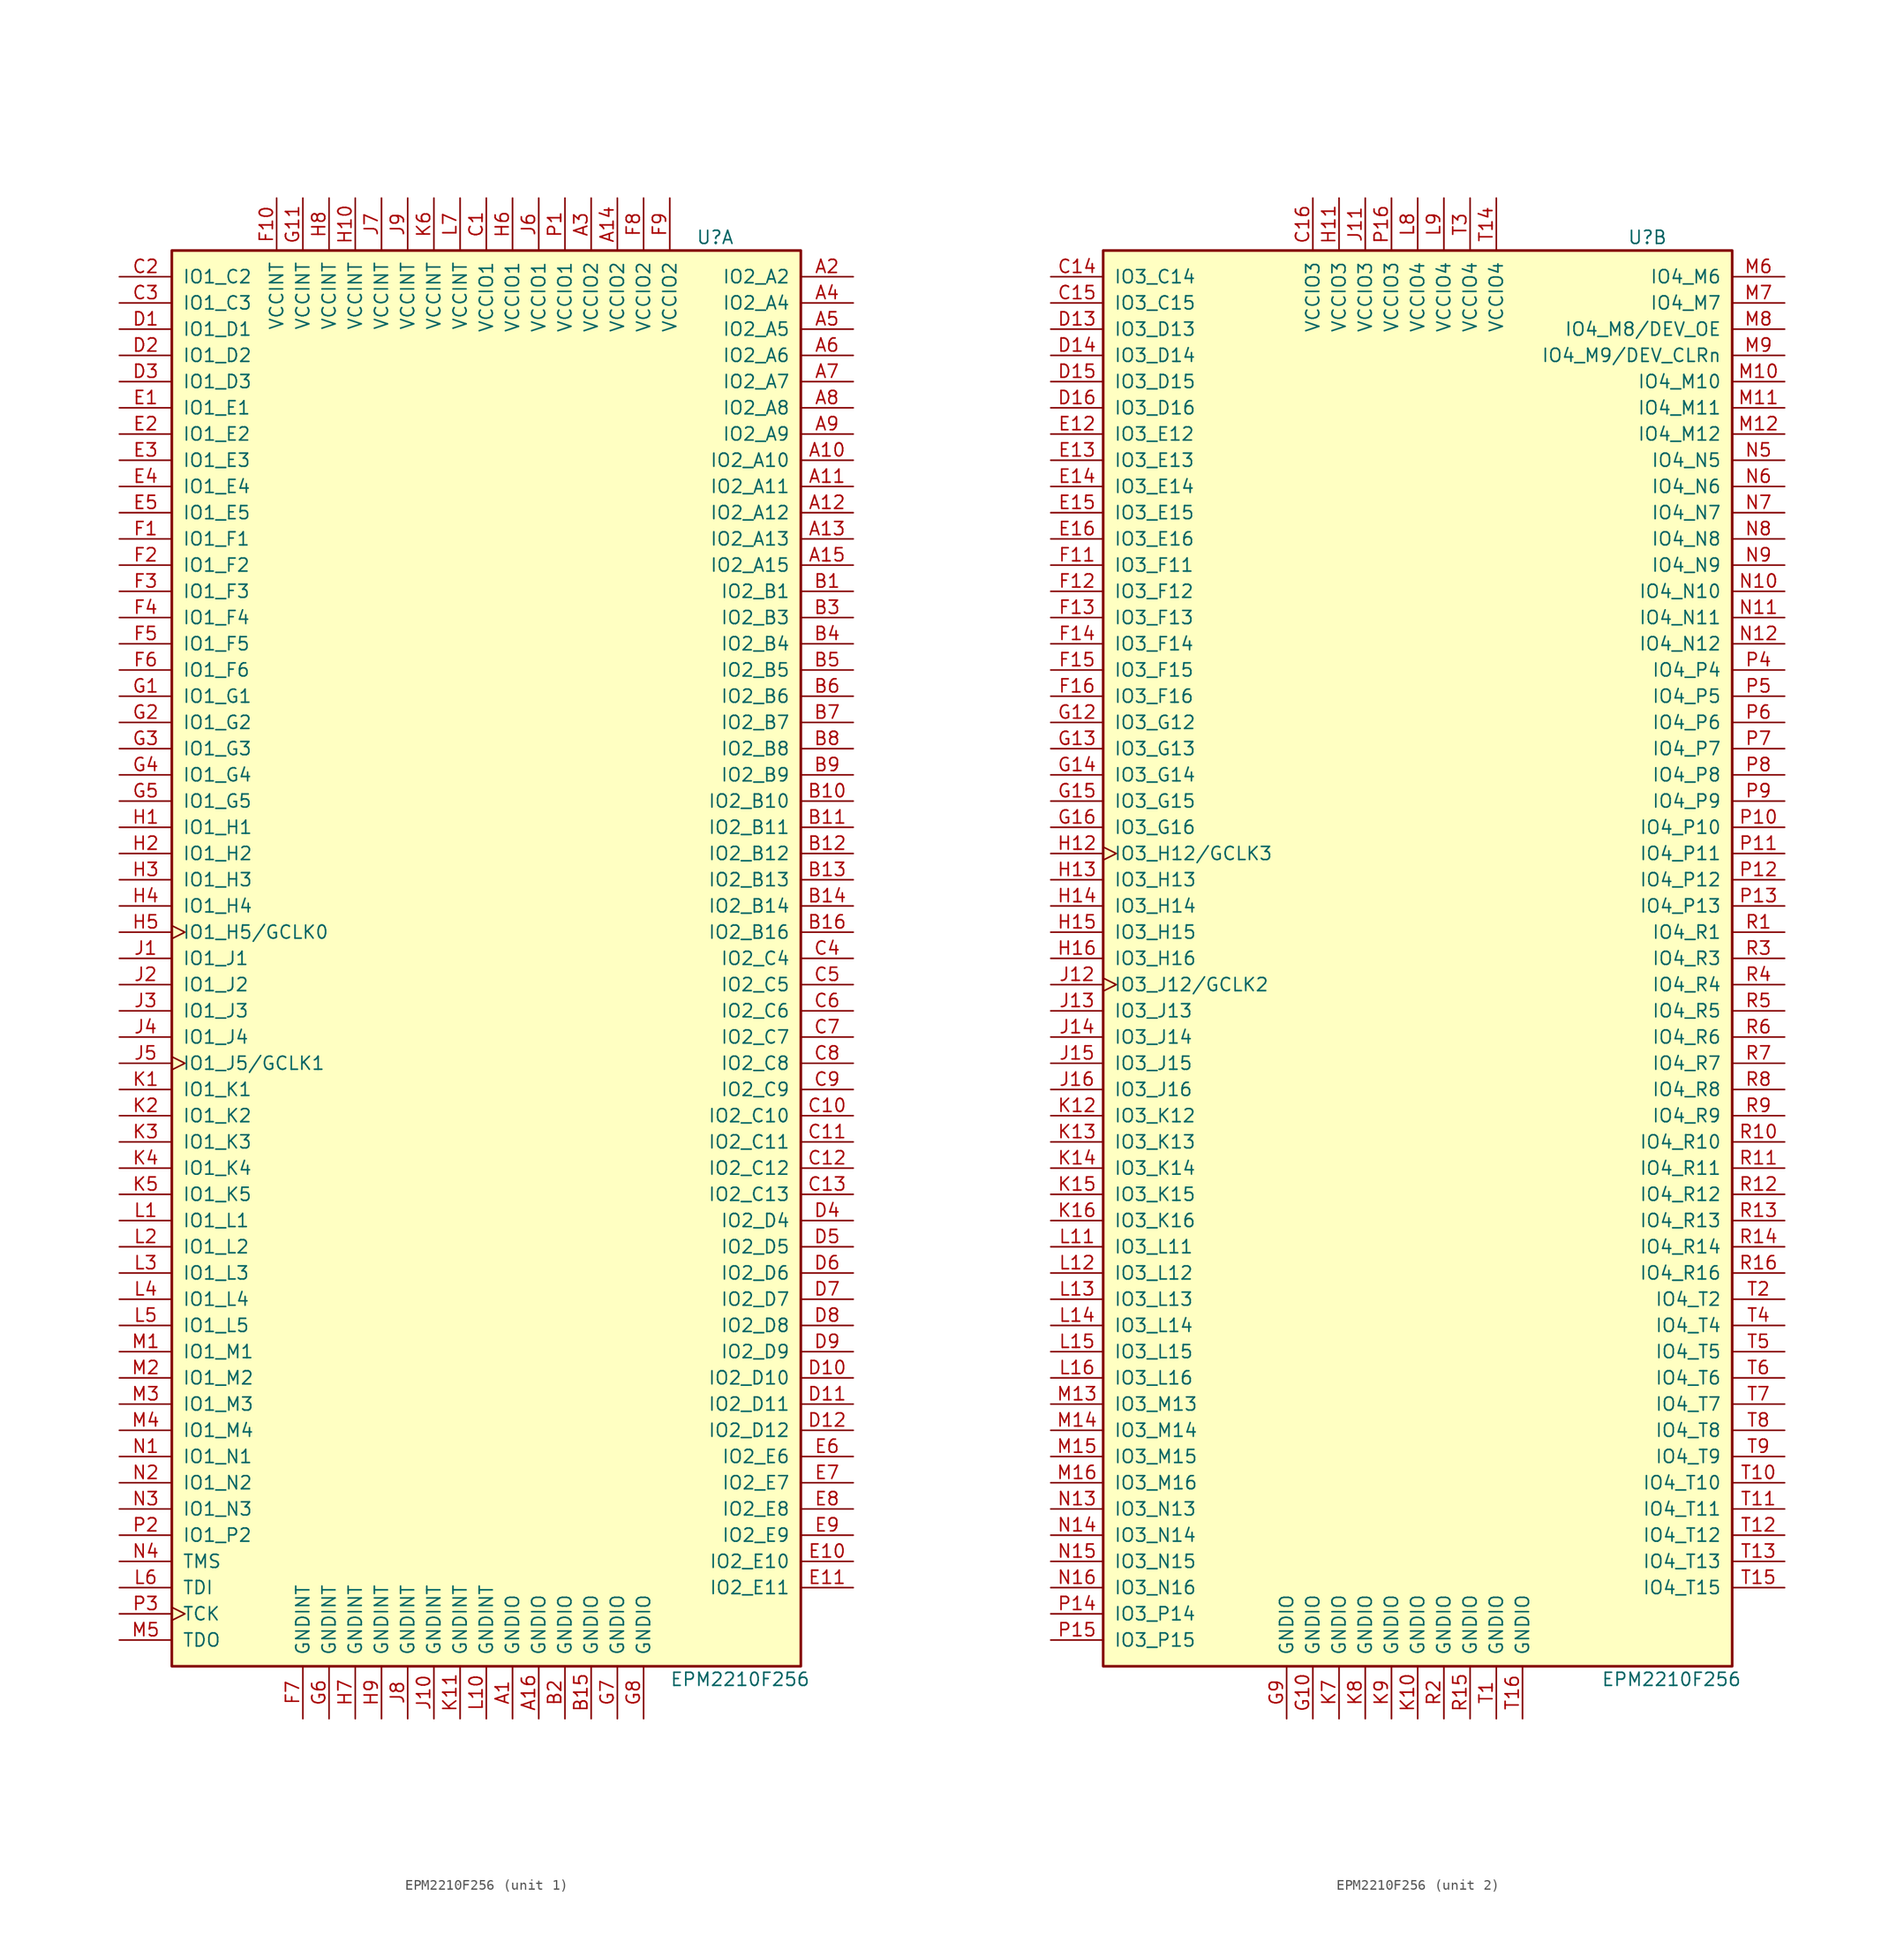
<source format=kicad_sym>
(kicad_symbol_lib
  (version 20231120)
  (generator "kicad_symbol_editor")
  (generator_version "8.0")
  (symbol "EPM2210F256"
    (pin_names
      (offset 1.016))
    (property "Reference" "U"
      (at 20.32 69.85 0)
      (effects (font (size 1.27 1.27)) (justify left)))
    (property "Value" "EPM2210F256"
      (at 17.78 -69.85 0)
      (effects (font (size 1.27 1.27)) (justify left)))
    (property "ki_locked" ""
      (at 0 0 0)
      (effects (font (size 1.27 1.27))))
    (symbol "EPM2210F256_1_1"
      (rectangle (start -30.48 68.58) (end 30.48 -68.58) (stroke (width 0.254) (type default)) (fill (type background)))
      (pin power_in line (at 2.54 -73.66 90) (length 5.08) (name "GNDIO" (effects (font (size 1.27 1.27)))) (number "A1" (effects (font (size 1.27 1.27)))))
      (pin bidirectional line (at 35.56 48.26 180) (length 5.08) (name "IO2_A10" (effects (font (size 1.27 1.27)))) (number "A10" (effects (font (size 1.27 1.27)))))
      (pin bidirectional line (at 35.56 45.72 180) (length 5.08) (name "IO2_A11" (effects (font (size 1.27 1.27)))) (number "A11" (effects (font (size 1.27 1.27)))))
      (pin bidirectional line (at 35.56 43.18 180) (length 5.08) (name "IO2_A12" (effects (font (size 1.27 1.27)))) (number "A12" (effects (font (size 1.27 1.27)))))
      (pin bidirectional line (at 35.56 40.64 180) (length 5.08) (name "IO2_A13" (effects (font (size 1.27 1.27)))) (number "A13" (effects (font (size 1.27 1.27)))))
      (pin power_in line (at 12.7 73.66 270) (length 5.08) (name "VCCIO2" (effects (font (size 1.27 1.27)))) (number "A14" (effects (font (size 1.27 1.27)))))
      (pin bidirectional line (at 35.56 38.1 180) (length 5.08) (name "IO2_A15" (effects (font (size 1.27 1.27)))) (number "A15" (effects (font (size 1.27 1.27)))))
      (pin power_in line (at 5.08 -73.66 90) (length 5.08) (name "GNDIO" (effects (font (size 1.27 1.27)))) (number "A16" (effects (font (size 1.27 1.27)))))
      (pin bidirectional line (at 35.56 66.04 180) (length 5.08) (name "IO2_A2" (effects (font (size 1.27 1.27)))) (number "A2" (effects (font (size 1.27 1.27)))))
      (pin power_in line (at 10.16 73.66 270) (length 5.08) (name "VCCIO2" (effects (font (size 1.27 1.27)))) (number "A3" (effects (font (size 1.27 1.27)))))
      (pin bidirectional line (at 35.56 63.5 180) (length 5.08) (name "IO2_A4" (effects (font (size 1.27 1.27)))) (number "A4" (effects (font (size 1.27 1.27)))))
      (pin bidirectional line (at 35.56 60.96 180) (length 5.08) (name "IO2_A5" (effects (font (size 1.27 1.27)))) (number "A5" (effects (font (size 1.27 1.27)))))
      (pin bidirectional line (at 35.56 58.42 180) (length 5.08) (name "IO2_A6" (effects (font (size 1.27 1.27)))) (number "A6" (effects (font (size 1.27 1.27)))))
      (pin bidirectional line (at 35.56 55.88 180) (length 5.08) (name "IO2_A7" (effects (font (size 1.27 1.27)))) (number "A7" (effects (font (size 1.27 1.27)))))
      (pin bidirectional line (at 35.56 53.34 180) (length 5.08) (name "IO2_A8" (effects (font (size 1.27 1.27)))) (number "A8" (effects (font (size 1.27 1.27)))))
      (pin bidirectional line (at 35.56 50.8 180) (length 5.08) (name "IO2_A9" (effects (font (size 1.27 1.27)))) (number "A9" (effects (font (size 1.27 1.27)))))
      (pin bidirectional line (at 35.56 35.56 180) (length 5.08) (name "IO2_B1" (effects (font (size 1.27 1.27)))) (number "B1" (effects (font (size 1.27 1.27)))))
      (pin bidirectional line (at 35.56 15.24 180) (length 5.08) (name "IO2_B10" (effects (font (size 1.27 1.27)))) (number "B10" (effects (font (size 1.27 1.27)))))
      (pin bidirectional line (at 35.56 12.7 180) (length 5.08) (name "IO2_B11" (effects (font (size 1.27 1.27)))) (number "B11" (effects (font (size 1.27 1.27)))))
      (pin bidirectional line (at 35.56 10.16 180) (length 5.08) (name "IO2_B12" (effects (font (size 1.27 1.27)))) (number "B12" (effects (font (size 1.27 1.27)))))
      (pin bidirectional line (at 35.56 7.62 180) (length 5.08) (name "IO2_B13" (effects (font (size 1.27 1.27)))) (number "B13" (effects (font (size 1.27 1.27)))))
      (pin bidirectional line (at 35.56 5.08 180) (length 5.08) (name "IO2_B14" (effects (font (size 1.27 1.27)))) (number "B14" (effects (font (size 1.27 1.27)))))
      (pin power_in line (at 10.16 -73.66 90) (length 5.08) (name "GNDIO" (effects (font (size 1.27 1.27)))) (number "B15" (effects (font (size 1.27 1.27)))))
      (pin bidirectional line (at 35.56 2.54 180) (length 5.08) (name "IO2_B16" (effects (font (size 1.27 1.27)))) (number "B16" (effects (font (size 1.27 1.27)))))
      (pin power_in line (at 7.62 -73.66 90) (length 5.08) (name "GNDIO" (effects (font (size 1.27 1.27)))) (number "B2" (effects (font (size 1.27 1.27)))))
      (pin bidirectional line (at 35.56 33.02 180) (length 5.08) (name "IO2_B3" (effects (font (size 1.27 1.27)))) (number "B3" (effects (font (size 1.27 1.27)))))
      (pin bidirectional line (at 35.56 30.48 180) (length 5.08) (name "IO2_B4" (effects (font (size 1.27 1.27)))) (number "B4" (effects (font (size 1.27 1.27)))))
      (pin bidirectional line (at 35.56 27.94 180) (length 5.08) (name "IO2_B5" (effects (font (size 1.27 1.27)))) (number "B5" (effects (font (size 1.27 1.27)))))
      (pin bidirectional line (at 35.56 25.4 180) (length 5.08) (name "IO2_B6" (effects (font (size 1.27 1.27)))) (number "B6" (effects (font (size 1.27 1.27)))))
      (pin bidirectional line (at 35.56 22.86 180) (length 5.08) (name "IO2_B7" (effects (font (size 1.27 1.27)))) (number "B7" (effects (font (size 1.27 1.27)))))
      (pin bidirectional line (at 35.56 20.32 180) (length 5.08) (name "IO2_B8" (effects (font (size 1.27 1.27)))) (number "B8" (effects (font (size 1.27 1.27)))))
      (pin bidirectional line (at 35.56 17.78 180) (length 5.08) (name "IO2_B9" (effects (font (size 1.27 1.27)))) (number "B9" (effects (font (size 1.27 1.27)))))
      (pin power_in line (at 0 73.66 270) (length 5.08) (name "VCCIO1" (effects (font (size 1.27 1.27)))) (number "C1" (effects (font (size 1.27 1.27)))))
      (pin bidirectional line (at 35.56 -15.24 180) (length 5.08) (name "IO2_C10" (effects (font (size 1.27 1.27)))) (number "C10" (effects (font (size 1.27 1.27)))))
      (pin bidirectional line (at 35.56 -17.78 180) (length 5.08) (name "IO2_C11" (effects (font (size 1.27 1.27)))) (number "C11" (effects (font (size 1.27 1.27)))))
      (pin bidirectional line (at 35.56 -20.32 180) (length 5.08) (name "IO2_C12" (effects (font (size 1.27 1.27)))) (number "C12" (effects (font (size 1.27 1.27)))))
      (pin bidirectional line (at 35.56 -22.86 180) (length 5.08) (name "IO2_C13" (effects (font (size 1.27 1.27)))) (number "C13" (effects (font (size 1.27 1.27)))))
      (pin bidirectional line (at -35.56 66.04 0) (length 5.08) (name "IO1_C2" (effects (font (size 1.27 1.27)))) (number "C2" (effects (font (size 1.27 1.27)))))
      (pin bidirectional line (at -35.56 63.5 0) (length 5.08) (name "IO1_C3" (effects (font (size 1.27 1.27)))) (number "C3" (effects (font (size 1.27 1.27)))))
      (pin bidirectional line (at 35.56 0 180) (length 5.08) (name "IO2_C4" (effects (font (size 1.27 1.27)))) (number "C4" (effects (font (size 1.27 1.27)))))
      (pin bidirectional line (at 35.56 -2.54 180) (length 5.08) (name "IO2_C5" (effects (font (size 1.27 1.27)))) (number "C5" (effects (font (size 1.27 1.27)))))
      (pin bidirectional line (at 35.56 -5.08 180) (length 5.08) (name "IO2_C6" (effects (font (size 1.27 1.27)))) (number "C6" (effects (font (size 1.27 1.27)))))
      (pin bidirectional line (at 35.56 -7.62 180) (length 5.08) (name "IO2_C7" (effects (font (size 1.27 1.27)))) (number "C7" (effects (font (size 1.27 1.27)))))
      (pin bidirectional line (at 35.56 -10.16 180) (length 5.08) (name "IO2_C8" (effects (font (size 1.27 1.27)))) (number "C8" (effects (font (size 1.27 1.27)))))
      (pin bidirectional line (at 35.56 -12.7 180) (length 5.08) (name "IO2_C9" (effects (font (size 1.27 1.27)))) (number "C9" (effects (font (size 1.27 1.27)))))
      (pin bidirectional line (at -35.56 60.96 0) (length 5.08) (name "IO1_D1" (effects (font (size 1.27 1.27)))) (number "D1" (effects (font (size 1.27 1.27)))))
      (pin bidirectional line (at 35.56 -40.64 180) (length 5.08) (name "IO2_D10" (effects (font (size 1.27 1.27)))) (number "D10" (effects (font (size 1.27 1.27)))))
      (pin bidirectional line (at 35.56 -43.18 180) (length 5.08) (name "IO2_D11" (effects (font (size 1.27 1.27)))) (number "D11" (effects (font (size 1.27 1.27)))))
      (pin bidirectional line (at 35.56 -45.72 180) (length 5.08) (name "IO2_D12" (effects (font (size 1.27 1.27)))) (number "D12" (effects (font (size 1.27 1.27)))))
      (pin bidirectional line (at -35.56 58.42 0) (length 5.08) (name "IO1_D2" (effects (font (size 1.27 1.27)))) (number "D2" (effects (font (size 1.27 1.27)))))
      (pin bidirectional line (at -35.56 55.88 0) (length 5.08) (name "IO1_D3" (effects (font (size 1.27 1.27)))) (number "D3" (effects (font (size 1.27 1.27)))))
      (pin bidirectional line (at 35.56 -25.4 180) (length 5.08) (name "IO2_D4" (effects (font (size 1.27 1.27)))) (number "D4" (effects (font (size 1.27 1.27)))))
      (pin bidirectional line (at 35.56 -27.94 180) (length 5.08) (name "IO2_D5" (effects (font (size 1.27 1.27)))) (number "D5" (effects (font (size 1.27 1.27)))))
      (pin bidirectional line (at 35.56 -30.48 180) (length 5.08) (name "IO2_D6" (effects (font (size 1.27 1.27)))) (number "D6" (effects (font (size 1.27 1.27)))))
      (pin bidirectional line (at 35.56 -33.02 180) (length 5.08) (name "IO2_D7" (effects (font (size 1.27 1.27)))) (number "D7" (effects (font (size 1.27 1.27)))))
      (pin bidirectional line (at 35.56 -35.56 180) (length 5.08) (name "IO2_D8" (effects (font (size 1.27 1.27)))) (number "D8" (effects (font (size 1.27 1.27)))))
      (pin bidirectional line (at 35.56 -38.1 180) (length 5.08) (name "IO2_D9" (effects (font (size 1.27 1.27)))) (number "D9" (effects (font (size 1.27 1.27)))))
      (pin bidirectional line (at -35.56 53.34 0) (length 5.08) (name "IO1_E1" (effects (font (size 1.27 1.27)))) (number "E1" (effects (font (size 1.27 1.27)))))
      (pin bidirectional line (at 35.56 -58.42 180) (length 5.08) (name "IO2_E10" (effects (font (size 1.27 1.27)))) (number "E10" (effects (font (size 1.27 1.27)))))
      (pin bidirectional line (at 35.56 -60.96 180) (length 5.08) (name "IO2_E11" (effects (font (size 1.27 1.27)))) (number "E11" (effects (font (size 1.27 1.27)))))
      (pin bidirectional line (at -35.56 50.8 0) (length 5.08) (name "IO1_E2" (effects (font (size 1.27 1.27)))) (number "E2" (effects (font (size 1.27 1.27)))))
      (pin bidirectional line (at -35.56 48.26 0) (length 5.08) (name "IO1_E3" (effects (font (size 1.27 1.27)))) (number "E3" (effects (font (size 1.27 1.27)))))
      (pin bidirectional line (at -35.56 45.72 0) (length 5.08) (name "IO1_E4" (effects (font (size 1.27 1.27)))) (number "E4" (effects (font (size 1.27 1.27)))))
      (pin bidirectional line (at -35.56 43.18 0) (length 5.08) (name "IO1_E5" (effects (font (size 1.27 1.27)))) (number "E5" (effects (font (size 1.27 1.27)))))
      (pin bidirectional line (at 35.56 -48.26 180) (length 5.08) (name "IO2_E6" (effects (font (size 1.27 1.27)))) (number "E6" (effects (font (size 1.27 1.27)))))
      (pin bidirectional line (at 35.56 -50.8 180) (length 5.08) (name "IO2_E7" (effects (font (size 1.27 1.27)))) (number "E7" (effects (font (size 1.27 1.27)))))
      (pin bidirectional line (at 35.56 -53.34 180) (length 5.08) (name "IO2_E8" (effects (font (size 1.27 1.27)))) (number "E8" (effects (font (size 1.27 1.27)))))
      (pin bidirectional line (at 35.56 -55.88 180) (length 5.08) (name "IO2_E9" (effects (font (size 1.27 1.27)))) (number "E9" (effects (font (size 1.27 1.27)))))
      (pin bidirectional line (at -35.56 40.64 0) (length 5.08) (name "IO1_F1" (effects (font (size 1.27 1.27)))) (number "F1" (effects (font (size 1.27 1.27)))))
      (pin power_in line (at -20.32 73.66 270) (length 5.08) (name "VCCINT" (effects (font (size 1.27 1.27)))) (number "F10" (effects (font (size 1.27 1.27)))))
      (pin bidirectional line (at -35.56 38.1 0) (length 5.08) (name "IO1_F2" (effects (font (size 1.27 1.27)))) (number "F2" (effects (font (size 1.27 1.27)))))
      (pin bidirectional line (at -35.56 35.56 0) (length 5.08) (name "IO1_F3" (effects (font (size 1.27 1.27)))) (number "F3" (effects (font (size 1.27 1.27)))))
      (pin bidirectional line (at -35.56 33.02 0) (length 5.08) (name "IO1_F4" (effects (font (size 1.27 1.27)))) (number "F4" (effects (font (size 1.27 1.27)))))
      (pin bidirectional line (at -35.56 30.48 0) (length 5.08) (name "IO1_F5" (effects (font (size 1.27 1.27)))) (number "F5" (effects (font (size 1.27 1.27)))))
      (pin bidirectional line (at -35.56 27.94 0) (length 5.08) (name "IO1_F6" (effects (font (size 1.27 1.27)))) (number "F6" (effects (font (size 1.27 1.27)))))
      (pin power_in line (at -17.78 -73.66 90) (length 5.08) (name "GNDINT" (effects (font (size 1.27 1.27)))) (number "F7" (effects (font (size 1.27 1.27)))))
      (pin power_in line (at 15.24 73.66 270) (length 5.08) (name "VCCIO2" (effects (font (size 1.27 1.27)))) (number "F8" (effects (font (size 1.27 1.27)))))
      (pin power_in line (at 17.78 73.66 270) (length 5.08) (name "VCCIO2" (effects (font (size 1.27 1.27)))) (number "F9" (effects (font (size 1.27 1.27)))))
      (pin bidirectional line (at -35.56 25.4 0) (length 5.08) (name "IO1_G1" (effects (font (size 1.27 1.27)))) (number "G1" (effects (font (size 1.27 1.27)))))
      (pin power_in line (at -17.78 73.66 270) (length 5.08) (name "VCCINT" (effects (font (size 1.27 1.27)))) (number "G11" (effects (font (size 1.27 1.27)))))
      (pin bidirectional line (at -35.56 22.86 0) (length 5.08) (name "IO1_G2" (effects (font (size 1.27 1.27)))) (number "G2" (effects (font (size 1.27 1.27)))))
      (pin bidirectional line (at -35.56 20.32 0) (length 5.08) (name "IO1_G3" (effects (font (size 1.27 1.27)))) (number "G3" (effects (font (size 1.27 1.27)))))
      (pin bidirectional line (at -35.56 17.78 0) (length 5.08) (name "IO1_G4" (effects (font (size 1.27 1.27)))) (number "G4" (effects (font (size 1.27 1.27)))))
      (pin bidirectional line (at -35.56 15.24 0) (length 5.08) (name "IO1_G5" (effects (font (size 1.27 1.27)))) (number "G5" (effects (font (size 1.27 1.27)))))
      (pin power_in line (at -15.24 -73.66 90) (length 5.08) (name "GNDINT" (effects (font (size 1.27 1.27)))) (number "G6" (effects (font (size 1.27 1.27)))))
      (pin power_in line (at 12.7 -73.66 90) (length 5.08) (name "GNDIO" (effects (font (size 1.27 1.27)))) (number "G7" (effects (font (size 1.27 1.27)))))
      (pin power_in line (at 15.24 -73.66 90) (length 5.08) (name "GNDIO" (effects (font (size 1.27 1.27)))) (number "G8" (effects (font (size 1.27 1.27)))))
      (pin bidirectional line (at -35.56 12.7 0) (length 5.08) (name "IO1_H1" (effects (font (size 1.27 1.27)))) (number "H1" (effects (font (size 1.27 1.27)))))
      (pin power_in line (at -12.7 73.66 270) (length 5.08) (name "VCCINT" (effects (font (size 1.27 1.27)))) (number "H10" (effects (font (size 1.27 1.27)))))
      (pin bidirectional line (at -35.56 10.16 0) (length 5.08) (name "IO1_H2" (effects (font (size 1.27 1.27)))) (number "H2" (effects (font (size 1.27 1.27)))))
      (pin bidirectional line (at -35.56 7.62 0) (length 5.08) (name "IO1_H3" (effects (font (size 1.27 1.27)))) (number "H3" (effects (font (size 1.27 1.27)))))
      (pin bidirectional line (at -35.56 5.08 0) (length 5.08) (name "IO1_H4" (effects (font (size 1.27 1.27)))) (number "H4" (effects (font (size 1.27 1.27)))))
      (pin bidirectional clock (at -35.56 2.54 0) (length 5.08) (name "IO1_H5/GCLK0" (effects (font (size 1.27 1.27)))) (number "H5" (effects (font (size 1.27 1.27)))))
      (pin power_in line (at 2.54 73.66 270) (length 5.08) (name "VCCIO1" (effects (font (size 1.27 1.27)))) (number "H6" (effects (font (size 1.27 1.27)))))
      (pin power_in line (at -12.7 -73.66 90) (length 5.08) (name "GNDINT" (effects (font (size 1.27 1.27)))) (number "H7" (effects (font (size 1.27 1.27)))))
      (pin power_in line (at -15.24 73.66 270) (length 5.08) (name "VCCINT" (effects (font (size 1.27 1.27)))) (number "H8" (effects (font (size 1.27 1.27)))))
      (pin power_in line (at -10.16 -73.66 90) (length 5.08) (name "GNDINT" (effects (font (size 1.27 1.27)))) (number "H9" (effects (font (size 1.27 1.27)))))
      (pin bidirectional line (at -35.56 0 0) (length 5.08) (name "IO1_J1" (effects (font (size 1.27 1.27)))) (number "J1" (effects (font (size 1.27 1.27)))))
      (pin power_in line (at -5.08 -73.66 90) (length 5.08) (name "GNDINT" (effects (font (size 1.27 1.27)))) (number "J10" (effects (font (size 1.27 1.27)))))
      (pin bidirectional line (at -35.56 -2.54 0) (length 5.08) (name "IO1_J2" (effects (font (size 1.27 1.27)))) (number "J2" (effects (font (size 1.27 1.27)))))
      (pin bidirectional line (at -35.56 -5.08 0) (length 5.08) (name "IO1_J3" (effects (font (size 1.27 1.27)))) (number "J3" (effects (font (size 1.27 1.27)))))
      (pin bidirectional line (at -35.56 -7.62 0) (length 5.08) (name "IO1_J4" (effects (font (size 1.27 1.27)))) (number "J4" (effects (font (size 1.27 1.27)))))
      (pin bidirectional clock (at -35.56 -10.16 0) (length 5.08) (name "IO1_J5/GCLK1" (effects (font (size 1.27 1.27)))) (number "J5" (effects (font (size 1.27 1.27)))))
      (pin power_in line (at 5.08 73.66 270) (length 5.08) (name "VCCIO1" (effects (font (size 1.27 1.27)))) (number "J6" (effects (font (size 1.27 1.27)))))
      (pin power_in line (at -10.16 73.66 270) (length 5.08) (name "VCCINT" (effects (font (size 1.27 1.27)))) (number "J7" (effects (font (size 1.27 1.27)))))
      (pin power_in line (at -7.62 -73.66 90) (length 5.08) (name "GNDINT" (effects (font (size 1.27 1.27)))) (number "J8" (effects (font (size 1.27 1.27)))))
      (pin power_in line (at -7.62 73.66 270) (length 5.08) (name "VCCINT" (effects (font (size 1.27 1.27)))) (number "J9" (effects (font (size 1.27 1.27)))))
      (pin bidirectional line (at -35.56 -12.7 0) (length 5.08) (name "IO1_K1" (effects (font (size 1.27 1.27)))) (number "K1" (effects (font (size 1.27 1.27)))))
      (pin power_in line (at -2.54 -73.66 90) (length 5.08) (name "GNDINT" (effects (font (size 1.27 1.27)))) (number "K11" (effects (font (size 1.27 1.27)))))
      (pin bidirectional line (at -35.56 -15.24 0) (length 5.08) (name "IO1_K2" (effects (font (size 1.27 1.27)))) (number "K2" (effects (font (size 1.27 1.27)))))
      (pin bidirectional line (at -35.56 -17.78 0) (length 5.08) (name "IO1_K3" (effects (font (size 1.27 1.27)))) (number "K3" (effects (font (size 1.27 1.27)))))
      (pin bidirectional line (at -35.56 -20.32 0) (length 5.08) (name "IO1_K4" (effects (font (size 1.27 1.27)))) (number "K4" (effects (font (size 1.27 1.27)))))
      (pin bidirectional line (at -35.56 -22.86 0) (length 5.08) (name "IO1_K5" (effects (font (size 1.27 1.27)))) (number "K5" (effects (font (size 1.27 1.27)))))
      (pin power_in line (at -5.08 73.66 270) (length 5.08) (name "VCCINT" (effects (font (size 1.27 1.27)))) (number "K6" (effects (font (size 1.27 1.27)))))
      (pin bidirectional line (at -35.56 -25.4 0) (length 5.08) (name "IO1_L1" (effects (font (size 1.27 1.27)))) (number "L1" (effects (font (size 1.27 1.27)))))
      (pin power_in line (at 0 -73.66 90) (length 5.08) (name "GNDINT" (effects (font (size 1.27 1.27)))) (number "L10" (effects (font (size 1.27 1.27)))))
      (pin bidirectional line (at -35.56 -27.94 0) (length 5.08) (name "IO1_L2" (effects (font (size 1.27 1.27)))) (number "L2" (effects (font (size 1.27 1.27)))))
      (pin bidirectional line (at -35.56 -30.48 0) (length 5.08) (name "IO1_L3" (effects (font (size 1.27 1.27)))) (number "L3" (effects (font (size 1.27 1.27)))))
      (pin bidirectional line (at -35.56 -33.02 0) (length 5.08) (name "IO1_L4" (effects (font (size 1.27 1.27)))) (number "L4" (effects (font (size 1.27 1.27)))))
      (pin bidirectional line (at -35.56 -35.56 0) (length 5.08) (name "IO1_L5" (effects (font (size 1.27 1.27)))) (number "L5" (effects (font (size 1.27 1.27)))))
      (pin input line (at -35.56 -60.96 0) (length 5.08) (name "TDI" (effects (font (size 1.27 1.27)))) (number "L6" (effects (font (size 1.27 1.27)))))
      (pin power_in line (at -2.54 73.66 270) (length 5.08) (name "VCCINT" (effects (font (size 1.27 1.27)))) (number "L7" (effects (font (size 1.27 1.27)))))
      (pin bidirectional line (at -35.56 -38.1 0) (length 5.08) (name "IO1_M1" (effects (font (size 1.27 1.27)))) (number "M1" (effects (font (size 1.27 1.27)))))
      (pin bidirectional line (at -35.56 -40.64 0) (length 5.08) (name "IO1_M2" (effects (font (size 1.27 1.27)))) (number "M2" (effects (font (size 1.27 1.27)))))
      (pin bidirectional line (at -35.56 -43.18 0) (length 5.08) (name "IO1_M3" (effects (font (size 1.27 1.27)))) (number "M3" (effects (font (size 1.27 1.27)))))
      (pin bidirectional line (at -35.56 -45.72 0) (length 5.08) (name "IO1_M4" (effects (font (size 1.27 1.27)))) (number "M4" (effects (font (size 1.27 1.27)))))
      (pin output line (at -35.56 -66.04 0) (length 5.08) (name "TDO" (effects (font (size 1.27 1.27)))) (number "M5" (effects (font (size 1.27 1.27)))))
      (pin bidirectional line (at -35.56 -48.26 0) (length 5.08) (name "IO1_N1" (effects (font (size 1.27 1.27)))) (number "N1" (effects (font (size 1.27 1.27)))))
      (pin bidirectional line (at -35.56 -50.8 0) (length 5.08) (name "IO1_N2" (effects (font (size 1.27 1.27)))) (number "N2" (effects (font (size 1.27 1.27)))))
      (pin bidirectional line (at -35.56 -53.34 0) (length 5.08) (name "IO1_N3" (effects (font (size 1.27 1.27)))) (number "N3" (effects (font (size 1.27 1.27)))))
      (pin input line (at -35.56 -58.42 0) (length 5.08) (name "TMS" (effects (font (size 1.27 1.27)))) (number "N4" (effects (font (size 1.27 1.27)))))
      (pin power_in line (at 7.62 73.66 270) (length 5.08) (name "VCCIO1" (effects (font (size 1.27 1.27)))) (number "P1" (effects (font (size 1.27 1.27)))))
      (pin bidirectional line (at -35.56 -55.88 0) (length 5.08) (name "IO1_P2" (effects (font (size 1.27 1.27)))) (number "P2" (effects (font (size 1.27 1.27)))))
      (pin input clock (at -35.56 -63.5 0) (length 5.08) (name "TCK" (effects (font (size 1.27 1.27)))) (number "P3" (effects (font (size 1.27 1.27))))))
    (symbol "EPM2210F256_2_1"
      (rectangle (start -30.48 68.58) (end 30.48 -68.58) (stroke (width 0.254) (type default)) (fill (type background)))
      (pin bidirectional line (at -35.56 66.04 0) (length 5.08) (name "IO3_C14" (effects (font (size 1.27 1.27)))) (number "C14" (effects (font (size 1.27 1.27)))))
      (pin bidirectional line (at -35.56 63.5 0) (length 5.08) (name "IO3_C15" (effects (font (size 1.27 1.27)))) (number "C15" (effects (font (size 1.27 1.27)))))
      (pin power_in line (at -10.16 73.66 270) (length 5.08) (name "VCCIO3" (effects (font (size 1.27 1.27)))) (number "C16" (effects (font (size 1.27 1.27)))))
      (pin bidirectional line (at -35.56 60.96 0) (length 5.08) (name "IO3_D13" (effects (font (size 1.27 1.27)))) (number "D13" (effects (font (size 1.27 1.27)))))
      (pin bidirectional line (at -35.56 58.42 0) (length 5.08) (name "IO3_D14" (effects (font (size 1.27 1.27)))) (number "D14" (effects (font (size 1.27 1.27)))))
      (pin bidirectional line (at -35.56 55.88 0) (length 5.08) (name "IO3_D15" (effects (font (size 1.27 1.27)))) (number "D15" (effects (font (size 1.27 1.27)))))
      (pin bidirectional line (at -35.56 53.34 0) (length 5.08) (name "IO3_D16" (effects (font (size 1.27 1.27)))) (number "D16" (effects (font (size 1.27 1.27)))))
      (pin bidirectional line (at -35.56 50.8 0) (length 5.08) (name "IO3_E12" (effects (font (size 1.27 1.27)))) (number "E12" (effects (font (size 1.27 1.27)))))
      (pin bidirectional line (at -35.56 48.26 0) (length 5.08) (name "IO3_E13" (effects (font (size 1.27 1.27)))) (number "E13" (effects (font (size 1.27 1.27)))))
      (pin bidirectional line (at -35.56 45.72 0) (length 5.08) (name "IO3_E14" (effects (font (size 1.27 1.27)))) (number "E14" (effects (font (size 1.27 1.27)))))
      (pin bidirectional line (at -35.56 43.18 0) (length 5.08) (name "IO3_E15" (effects (font (size 1.27 1.27)))) (number "E15" (effects (font (size 1.27 1.27)))))
      (pin bidirectional line (at -35.56 40.64 0) (length 5.08) (name "IO3_E16" (effects (font (size 1.27 1.27)))) (number "E16" (effects (font (size 1.27 1.27)))))
      (pin bidirectional line (at -35.56 38.1 0) (length 5.08) (name "IO3_F11" (effects (font (size 1.27 1.27)))) (number "F11" (effects (font (size 1.27 1.27)))))
      (pin bidirectional line (at -35.56 35.56 0) (length 5.08) (name "IO3_F12" (effects (font (size 1.27 1.27)))) (number "F12" (effects (font (size 1.27 1.27)))))
      (pin bidirectional line (at -35.56 33.02 0) (length 5.08) (name "IO3_F13" (effects (font (size 1.27 1.27)))) (number "F13" (effects (font (size 1.27 1.27)))))
      (pin bidirectional line (at -35.56 30.48 0) (length 5.08) (name "IO3_F14" (effects (font (size 1.27 1.27)))) (number "F14" (effects (font (size 1.27 1.27)))))
      (pin bidirectional line (at -35.56 27.94 0) (length 5.08) (name "IO3_F15" (effects (font (size 1.27 1.27)))) (number "F15" (effects (font (size 1.27 1.27)))))
      (pin bidirectional line (at -35.56 25.4 0) (length 5.08) (name "IO3_F16" (effects (font (size 1.27 1.27)))) (number "F16" (effects (font (size 1.27 1.27)))))
      (pin power_in line (at -10.16 -73.66 90) (length 5.08) (name "GNDIO" (effects (font (size 1.27 1.27)))) (number "G10" (effects (font (size 1.27 1.27)))))
      (pin bidirectional line (at -35.56 22.86 0) (length 5.08) (name "IO3_G12" (effects (font (size 1.27 1.27)))) (number "G12" (effects (font (size 1.27 1.27)))))
      (pin bidirectional line (at -35.56 20.32 0) (length 5.08) (name "IO3_G13" (effects (font (size 1.27 1.27)))) (number "G13" (effects (font (size 1.27 1.27)))))
      (pin bidirectional line (at -35.56 17.78 0) (length 5.08) (name "IO3_G14" (effects (font (size 1.27 1.27)))) (number "G14" (effects (font (size 1.27 1.27)))))
      (pin bidirectional line (at -35.56 15.24 0) (length 5.08) (name "IO3_G15" (effects (font (size 1.27 1.27)))) (number "G15" (effects (font (size 1.27 1.27)))))
      (pin bidirectional line (at -35.56 12.7 0) (length 5.08) (name "IO3_G16" (effects (font (size 1.27 1.27)))) (number "G16" (effects (font (size 1.27 1.27)))))
      (pin power_in line (at -12.7 -73.66 90) (length 5.08) (name "GNDIO" (effects (font (size 1.27 1.27)))) (number "G9" (effects (font (size 1.27 1.27)))))
      (pin power_in line (at -7.62 73.66 270) (length 5.08) (name "VCCIO3" (effects (font (size 1.27 1.27)))) (number "H11" (effects (font (size 1.27 1.27)))))
      (pin bidirectional clock (at -35.56 10.16 0) (length 5.08) (name "IO3_H12/GCLK3" (effects (font (size 1.27 1.27)))) (number "H12" (effects (font (size 1.27 1.27)))))
      (pin bidirectional line (at -35.56 7.62 0) (length 5.08) (name "IO3_H13" (effects (font (size 1.27 1.27)))) (number "H13" (effects (font (size 1.27 1.27)))))
      (pin bidirectional line (at -35.56 5.08 0) (length 5.08) (name "IO3_H14" (effects (font (size 1.27 1.27)))) (number "H14" (effects (font (size 1.27 1.27)))))
      (pin bidirectional line (at -35.56 2.54 0) (length 5.08) (name "IO3_H15" (effects (font (size 1.27 1.27)))) (number "H15" (effects (font (size 1.27 1.27)))))
      (pin bidirectional line (at -35.56 0 0) (length 5.08) (name "IO3_H16" (effects (font (size 1.27 1.27)))) (number "H16" (effects (font (size 1.27 1.27)))))
      (pin power_in line (at -5.08 73.66 270) (length 5.08) (name "VCCIO3" (effects (font (size 1.27 1.27)))) (number "J11" (effects (font (size 1.27 1.27)))))
      (pin bidirectional clock (at -35.56 -2.54 0) (length 5.08) (name "IO3_J12/GCLK2" (effects (font (size 1.27 1.27)))) (number "J12" (effects (font (size 1.27 1.27)))))
      (pin bidirectional line (at -35.56 -5.08 0) (length 5.08) (name "IO3_J13" (effects (font (size 1.27 1.27)))) (number "J13" (effects (font (size 1.27 1.27)))))
      (pin bidirectional line (at -35.56 -7.62 0) (length 5.08) (name "IO3_J14" (effects (font (size 1.27 1.27)))) (number "J14" (effects (font (size 1.27 1.27)))))
      (pin bidirectional line (at -35.56 -10.16 0) (length 5.08) (name "IO3_J15" (effects (font (size 1.27 1.27)))) (number "J15" (effects (font (size 1.27 1.27)))))
      (pin bidirectional line (at -35.56 -12.7 0) (length 5.08) (name "IO3_J16" (effects (font (size 1.27 1.27)))) (number "J16" (effects (font (size 1.27 1.27)))))
      (pin power_in line (at 0 -73.66 90) (length 5.08) (name "GNDIO" (effects (font (size 1.27 1.27)))) (number "K10" (effects (font (size 1.27 1.27)))))
      (pin bidirectional line (at -35.56 -15.24 0) (length 5.08) (name "IO3_K12" (effects (font (size 1.27 1.27)))) (number "K12" (effects (font (size 1.27 1.27)))))
      (pin bidirectional line (at -35.56 -17.78 0) (length 5.08) (name "IO3_K13" (effects (font (size 1.27 1.27)))) (number "K13" (effects (font (size 1.27 1.27)))))
      (pin bidirectional line (at -35.56 -20.32 0) (length 5.08) (name "IO3_K14" (effects (font (size 1.27 1.27)))) (number "K14" (effects (font (size 1.27 1.27)))))
      (pin bidirectional line (at -35.56 -22.86 0) (length 5.08) (name "IO3_K15" (effects (font (size 1.27 1.27)))) (number "K15" (effects (font (size 1.27 1.27)))))
      (pin bidirectional line (at -35.56 -25.4 0) (length 5.08) (name "IO3_K16" (effects (font (size 1.27 1.27)))) (number "K16" (effects (font (size 1.27 1.27)))))
      (pin power_in line (at -7.62 -73.66 90) (length 5.08) (name "GNDIO" (effects (font (size 1.27 1.27)))) (number "K7" (effects (font (size 1.27 1.27)))))
      (pin power_in line (at -5.08 -73.66 90) (length 5.08) (name "GNDIO" (effects (font (size 1.27 1.27)))) (number "K8" (effects (font (size 1.27 1.27)))))
      (pin power_in line (at -2.54 -73.66 90) (length 5.08) (name "GNDIO" (effects (font (size 1.27 1.27)))) (number "K9" (effects (font (size 1.27 1.27)))))
      (pin bidirectional line (at -35.56 -27.94 0) (length 5.08) (name "IO3_L11" (effects (font (size 1.27 1.27)))) (number "L11" (effects (font (size 1.27 1.27)))))
      (pin bidirectional line (at -35.56 -30.48 0) (length 5.08) (name "IO3_L12" (effects (font (size 1.27 1.27)))) (number "L12" (effects (font (size 1.27 1.27)))))
      (pin bidirectional line (at -35.56 -33.02 0) (length 5.08) (name "IO3_L13" (effects (font (size 1.27 1.27)))) (number "L13" (effects (font (size 1.27 1.27)))))
      (pin bidirectional line (at -35.56 -35.56 0) (length 5.08) (name "IO3_L14" (effects (font (size 1.27 1.27)))) (number "L14" (effects (font (size 1.27 1.27)))))
      (pin bidirectional line (at -35.56 -38.1 0) (length 5.08) (name "IO3_L15" (effects (font (size 1.27 1.27)))) (number "L15" (effects (font (size 1.27 1.27)))))
      (pin bidirectional line (at -35.56 -40.64 0) (length 5.08) (name "IO3_L16" (effects (font (size 1.27 1.27)))) (number "L16" (effects (font (size 1.27 1.27)))))
      (pin power_in line (at 0 73.66 270) (length 5.08) (name "VCCIO4" (effects (font (size 1.27 1.27)))) (number "L8" (effects (font (size 1.27 1.27)))))
      (pin power_in line (at 2.54 73.66 270) (length 5.08) (name "VCCIO4" (effects (font (size 1.27 1.27)))) (number "L9" (effects (font (size 1.27 1.27)))))
      (pin bidirectional line (at 35.56 55.88 180) (length 5.08) (name "IO4_M10" (effects (font (size 1.27 1.27)))) (number "M10" (effects (font (size 1.27 1.27)))))
      (pin bidirectional line (at 35.56 53.34 180) (length 5.08) (name "IO4_M11" (effects (font (size 1.27 1.27)))) (number "M11" (effects (font (size 1.27 1.27)))))
      (pin bidirectional line (at 35.56 50.8 180) (length 5.08) (name "IO4_M12" (effects (font (size 1.27 1.27)))) (number "M12" (effects (font (size 1.27 1.27)))))
      (pin bidirectional line (at -35.56 -43.18 0) (length 5.08) (name "IO3_M13" (effects (font (size 1.27 1.27)))) (number "M13" (effects (font (size 1.27 1.27)))))
      (pin bidirectional line (at -35.56 -45.72 0) (length 5.08) (name "IO3_M14" (effects (font (size 1.27 1.27)))) (number "M14" (effects (font (size 1.27 1.27)))))
      (pin bidirectional line (at -35.56 -48.26 0) (length 5.08) (name "IO3_M15" (effects (font (size 1.27 1.27)))) (number "M15" (effects (font (size 1.27 1.27)))))
      (pin bidirectional line (at -35.56 -50.8 0) (length 5.08) (name "IO3_M16" (effects (font (size 1.27 1.27)))) (number "M16" (effects (font (size 1.27 1.27)))))
      (pin bidirectional line (at 35.56 66.04 180) (length 5.08) (name "IO4_M6" (effects (font (size 1.27 1.27)))) (number "M6" (effects (font (size 1.27 1.27)))))
      (pin bidirectional line (at 35.56 63.5 180) (length 5.08) (name "IO4_M7" (effects (font (size 1.27 1.27)))) (number "M7" (effects (font (size 1.27 1.27)))))
      (pin bidirectional line (at 35.56 60.96 180) (length 5.08) (name "IO4_M8/DEV_OE" (effects (font (size 1.27 1.27)))) (number "M8" (effects (font (size 1.27 1.27)))))
      (pin bidirectional line (at 35.56 58.42 180) (length 5.08) (name "IO4_M9/DEV_CLRn" (effects (font (size 1.27 1.27)))) (number "M9" (effects (font (size 1.27 1.27)))))
      (pin bidirectional line (at 35.56 35.56 180) (length 5.08) (name "IO4_N10" (effects (font (size 1.27 1.27)))) (number "N10" (effects (font (size 1.27 1.27)))))
      (pin bidirectional line (at 35.56 33.02 180) (length 5.08) (name "IO4_N11" (effects (font (size 1.27 1.27)))) (number "N11" (effects (font (size 1.27 1.27)))))
      (pin bidirectional line (at 35.56 30.48 180) (length 5.08) (name "IO4_N12" (effects (font (size 1.27 1.27)))) (number "N12" (effects (font (size 1.27 1.27)))))
      (pin bidirectional line (at -35.56 -53.34 0) (length 5.08) (name "IO3_N13" (effects (font (size 1.27 1.27)))) (number "N13" (effects (font (size 1.27 1.27)))))
      (pin bidirectional line (at -35.56 -55.88 0) (length 5.08) (name "IO3_N14" (effects (font (size 1.27 1.27)))) (number "N14" (effects (font (size 1.27 1.27)))))
      (pin bidirectional line (at -35.56 -58.42 0) (length 5.08) (name "IO3_N15" (effects (font (size 1.27 1.27)))) (number "N15" (effects (font (size 1.27 1.27)))))
      (pin bidirectional line (at -35.56 -60.96 0) (length 5.08) (name "IO3_N16" (effects (font (size 1.27 1.27)))) (number "N16" (effects (font (size 1.27 1.27)))))
      (pin bidirectional line (at 35.56 48.26 180) (length 5.08) (name "IO4_N5" (effects (font (size 1.27 1.27)))) (number "N5" (effects (font (size 1.27 1.27)))))
      (pin bidirectional line (at 35.56 45.72 180) (length 5.08) (name "IO4_N6" (effects (font (size 1.27 1.27)))) (number "N6" (effects (font (size 1.27 1.27)))))
      (pin bidirectional line (at 35.56 43.18 180) (length 5.08) (name "IO4_N7" (effects (font (size 1.27 1.27)))) (number "N7" (effects (font (size 1.27 1.27)))))
      (pin bidirectional line (at 35.56 40.64 180) (length 5.08) (name "IO4_N8" (effects (font (size 1.27 1.27)))) (number "N8" (effects (font (size 1.27 1.27)))))
      (pin bidirectional line (at 35.56 38.1 180) (length 5.08) (name "IO4_N9" (effects (font (size 1.27 1.27)))) (number "N9" (effects (font (size 1.27 1.27)))))
      (pin bidirectional line (at 35.56 12.7 180) (length 5.08) (name "IO4_P10" (effects (font (size 1.27 1.27)))) (number "P10" (effects (font (size 1.27 1.27)))))
      (pin bidirectional line (at 35.56 10.16 180) (length 5.08) (name "IO4_P11" (effects (font (size 1.27 1.27)))) (number "P11" (effects (font (size 1.27 1.27)))))
      (pin bidirectional line (at 35.56 7.62 180) (length 5.08) (name "IO4_P12" (effects (font (size 1.27 1.27)))) (number "P12" (effects (font (size 1.27 1.27)))))
      (pin bidirectional line (at 35.56 5.08 180) (length 5.08) (name "IO4_P13" (effects (font (size 1.27 1.27)))) (number "P13" (effects (font (size 1.27 1.27)))))
      (pin bidirectional line (at -35.56 -63.5 0) (length 5.08) (name "IO3_P14" (effects (font (size 1.27 1.27)))) (number "P14" (effects (font (size 1.27 1.27)))))
      (pin bidirectional line (at -35.56 -66.04 0) (length 5.08) (name "IO3_P15" (effects (font (size 1.27 1.27)))) (number "P15" (effects (font (size 1.27 1.27)))))
      (pin power_in line (at -2.54 73.66 270) (length 5.08) (name "VCCIO3" (effects (font (size 1.27 1.27)))) (number "P16" (effects (font (size 1.27 1.27)))))
      (pin bidirectional line (at 35.56 27.94 180) (length 5.08) (name "IO4_P4" (effects (font (size 1.27 1.27)))) (number "P4" (effects (font (size 1.27 1.27)))))
      (pin bidirectional line (at 35.56 25.4 180) (length 5.08) (name "IO4_P5" (effects (font (size 1.27 1.27)))) (number "P5" (effects (font (size 1.27 1.27)))))
      (pin bidirectional line (at 35.56 22.86 180) (length 5.08) (name "IO4_P6" (effects (font (size 1.27 1.27)))) (number "P6" (effects (font (size 1.27 1.27)))))
      (pin bidirectional line (at 35.56 20.32 180) (length 5.08) (name "IO4_P7" (effects (font (size 1.27 1.27)))) (number "P7" (effects (font (size 1.27 1.27)))))
      (pin bidirectional line (at 35.56 17.78 180) (length 5.08) (name "IO4_P8" (effects (font (size 1.27 1.27)))) (number "P8" (effects (font (size 1.27 1.27)))))
      (pin bidirectional line (at 35.56 15.24 180) (length 5.08) (name "IO4_P9" (effects (font (size 1.27 1.27)))) (number "P9" (effects (font (size 1.27 1.27)))))
      (pin bidirectional line (at 35.56 2.54 180) (length 5.08) (name "IO4_R1" (effects (font (size 1.27 1.27)))) (number "R1" (effects (font (size 1.27 1.27)))))
      (pin bidirectional line (at 35.56 -17.78 180) (length 5.08) (name "IO4_R10" (effects (font (size 1.27 1.27)))) (number "R10" (effects (font (size 1.27 1.27)))))
      (pin bidirectional line (at 35.56 -20.32 180) (length 5.08) (name "IO4_R11" (effects (font (size 1.27 1.27)))) (number "R11" (effects (font (size 1.27 1.27)))))
      (pin bidirectional line (at 35.56 -22.86 180) (length 5.08) (name "IO4_R12" (effects (font (size 1.27 1.27)))) (number "R12" (effects (font (size 1.27 1.27)))))
      (pin bidirectional line (at 35.56 -25.4 180) (length 5.08) (name "IO4_R13" (effects (font (size 1.27 1.27)))) (number "R13" (effects (font (size 1.27 1.27)))))
      (pin bidirectional line (at 35.56 -27.94 180) (length 5.08) (name "IO4_R14" (effects (font (size 1.27 1.27)))) (number "R14" (effects (font (size 1.27 1.27)))))
      (pin power_in line (at 5.08 -73.66 90) (length 5.08) (name "GNDIO" (effects (font (size 1.27 1.27)))) (number "R15" (effects (font (size 1.27 1.27)))))
      (pin bidirectional line (at 35.56 -30.48 180) (length 5.08) (name "IO4_R16" (effects (font (size 1.27 1.27)))) (number "R16" (effects (font (size 1.27 1.27)))))
      (pin power_in line (at 2.54 -73.66 90) (length 5.08) (name "GNDIO" (effects (font (size 1.27 1.27)))) (number "R2" (effects (font (size 1.27 1.27)))))
      (pin bidirectional line (at 35.56 0 180) (length 5.08) (name "IO4_R3" (effects (font (size 1.27 1.27)))) (number "R3" (effects (font (size 1.27 1.27)))))
      (pin bidirectional line (at 35.56 -2.54 180) (length 5.08) (name "IO4_R4" (effects (font (size 1.27 1.27)))) (number "R4" (effects (font (size 1.27 1.27)))))
      (pin bidirectional line (at 35.56 -5.08 180) (length 5.08) (name "IO4_R5" (effects (font (size 1.27 1.27)))) (number "R5" (effects (font (size 1.27 1.27)))))
      (pin bidirectional line (at 35.56 -7.62 180) (length 5.08) (name "IO4_R6" (effects (font (size 1.27 1.27)))) (number "R6" (effects (font (size 1.27 1.27)))))
      (pin bidirectional line (at 35.56 -10.16 180) (length 5.08) (name "IO4_R7" (effects (font (size 1.27 1.27)))) (number "R7" (effects (font (size 1.27 1.27)))))
      (pin bidirectional line (at 35.56 -12.7 180) (length 5.08) (name "IO4_R8" (effects (font (size 1.27 1.27)))) (number "R8" (effects (font (size 1.27 1.27)))))
      (pin bidirectional line (at 35.56 -15.24 180) (length 5.08) (name "IO4_R9" (effects (font (size 1.27 1.27)))) (number "R9" (effects (font (size 1.27 1.27)))))
      (pin power_in line (at 7.62 -73.66 90) (length 5.08) (name "GNDIO" (effects (font (size 1.27 1.27)))) (number "T1" (effects (font (size 1.27 1.27)))))
      (pin bidirectional line (at 35.56 -50.8 180) (length 5.08) (name "IO4_T10" (effects (font (size 1.27 1.27)))) (number "T10" (effects (font (size 1.27 1.27)))))
      (pin bidirectional line (at 35.56 -53.34 180) (length 5.08) (name "IO4_T11" (effects (font (size 1.27 1.27)))) (number "T11" (effects (font (size 1.27 1.27)))))
      (pin bidirectional line (at 35.56 -55.88 180) (length 5.08) (name "IO4_T12" (effects (font (size 1.27 1.27)))) (number "T12" (effects (font (size 1.27 1.27)))))
      (pin bidirectional line (at 35.56 -58.42 180) (length 5.08) (name "IO4_T13" (effects (font (size 1.27 1.27)))) (number "T13" (effects (font (size 1.27 1.27)))))
      (pin power_in line (at 7.62 73.66 270) (length 5.08) (name "VCCIO4" (effects (font (size 1.27 1.27)))) (number "T14" (effects (font (size 1.27 1.27)))))
      (pin bidirectional line (at 35.56 -60.96 180) (length 5.08) (name "IO4_T15" (effects (font (size 1.27 1.27)))) (number "T15" (effects (font (size 1.27 1.27)))))
      (pin power_in line (at 10.16 -73.66 90) (length 5.08) (name "GNDIO" (effects (font (size 1.27 1.27)))) (number "T16" (effects (font (size 1.27 1.27)))))
      (pin bidirectional line (at 35.56 -33.02 180) (length 5.08) (name "IO4_T2" (effects (font (size 1.27 1.27)))) (number "T2" (effects (font (size 1.27 1.27)))))
      (pin power_in line (at 5.08 73.66 270) (length 5.08) (name "VCCIO4" (effects (font (size 1.27 1.27)))) (number "T3" (effects (font (size 1.27 1.27)))))
      (pin bidirectional line (at 35.56 -35.56 180) (length 5.08) (name "IO4_T4" (effects (font (size 1.27 1.27)))) (number "T4" (effects (font (size 1.27 1.27)))))
      (pin bidirectional line (at 35.56 -38.1 180) (length 5.08) (name "IO4_T5" (effects (font (size 1.27 1.27)))) (number "T5" (effects (font (size 1.27 1.27)))))
      (pin bidirectional line (at 35.56 -40.64 180) (length 5.08) (name "IO4_T6" (effects (font (size 1.27 1.27)))) (number "T6" (effects (font (size 1.27 1.27)))))
      (pin bidirectional line (at 35.56 -43.18 180) (length 5.08) (name "IO4_T7" (effects (font (size 1.27 1.27)))) (number "T7" (effects (font (size 1.27 1.27)))))
      (pin bidirectional line (at 35.56 -45.72 180) (length 5.08) (name "IO4_T8" (effects (font (size 1.27 1.27)))) (number "T8" (effects (font (size 1.27 1.27)))))
      (pin bidirectional line (at 35.56 -48.26 180) (length 5.08) (name "IO4_T9" (effects (font (size 1.27 1.27)))) (number "T9" (effects (font (size 1.27 1.27))))))))
</source>
